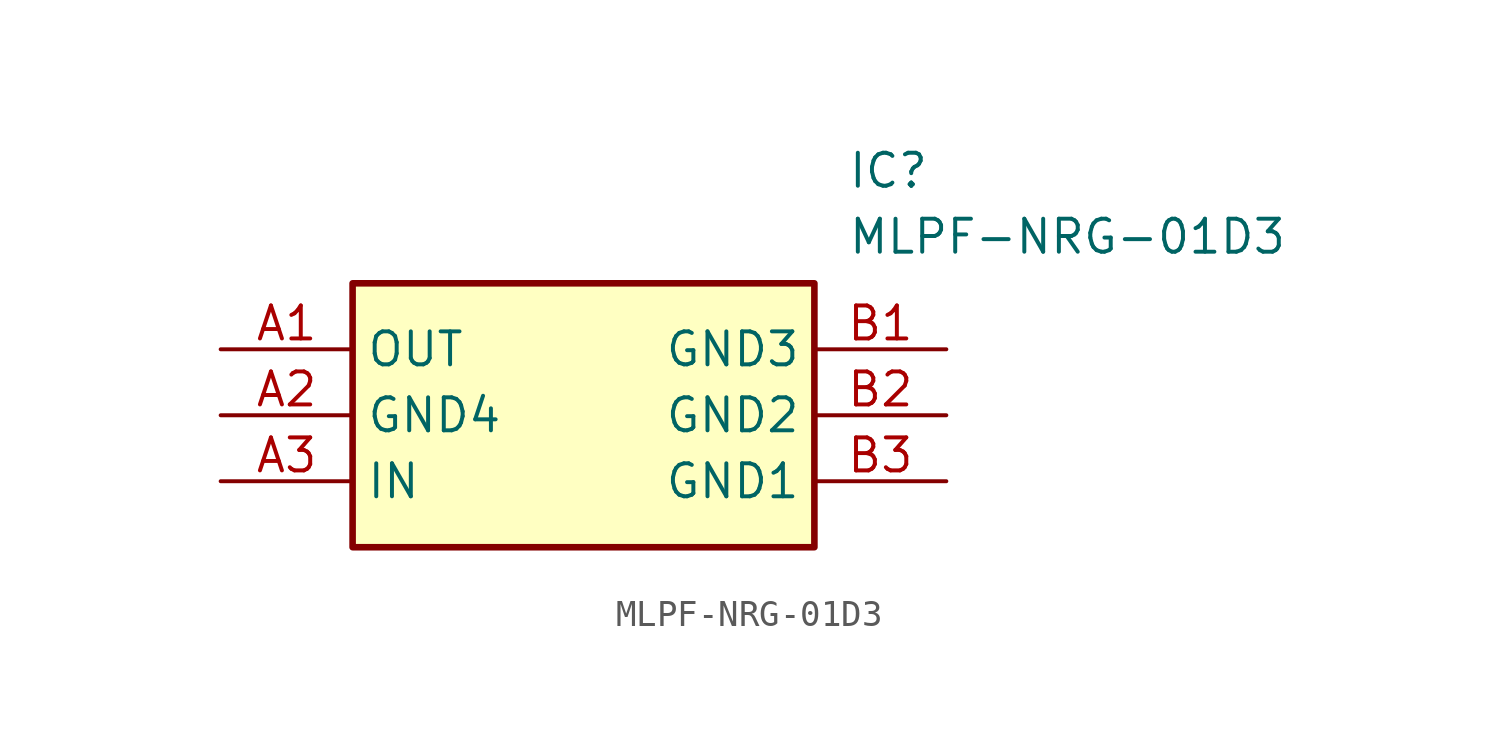
<source format=kicad_sym>
(kicad_symbol_lib
  (version 20211014)
  (generator SamacSys_ECAD_Model)
  (symbol "MLPF-NRG-01D3"
    (property "Reference" "IC"
      (at 24.13 7.62 0)
      (effects (font (size 1.27 1.27)) (justify left top)))
    (property "Value" "MLPF-NRG-01D3"
      (at 24.13 5.08 0)
      (effects (font (size 1.27 1.27)) (justify left top)))
    (rectangle
      (start 5.08 2.54)
      (end 22.86 -7.62)
      (stroke (width 0.254) (type default))
      (fill (type background)))
    (pin passive line
      (at 0 0 0)
      (length 5.08)
      (name "OUT" (effects (font (size 1.27 1.27))))
      (number "A1" (effects (font (size 1.27 1.27)))))
    (pin passive line
      (at 0 -2.54 0)
      (length 5.08)
      (name "GND4" (effects (font (size 1.27 1.27))))
      (number "A2" (effects (font (size 1.27 1.27)))))
    (pin passive line
      (at 0 -5.08 0)
      (length 5.08)
      (name "IN" (effects (font (size 1.27 1.27))))
      (number "A3" (effects (font (size 1.27 1.27)))))
    (pin passive line
      (at 27.94 0 180)
      (length 5.08)
      (name "GND3" (effects (font (size 1.27 1.27))))
      (number "B1" (effects (font (size 1.27 1.27)))))
    (pin passive line
      (at 27.94 -2.54 180)
      (length 5.08)
      (name "GND2" (effects (font (size 1.27 1.27))))
      (number "B2" (effects (font (size 1.27 1.27)))))
    (pin passive line
      (at 27.94 -5.08 180)
      (length 5.08)
      (name "GND1" (effects (font (size 1.27 1.27))))
      (number "B3" (effects (font (size 1.27 1.27)))))))
</source>
